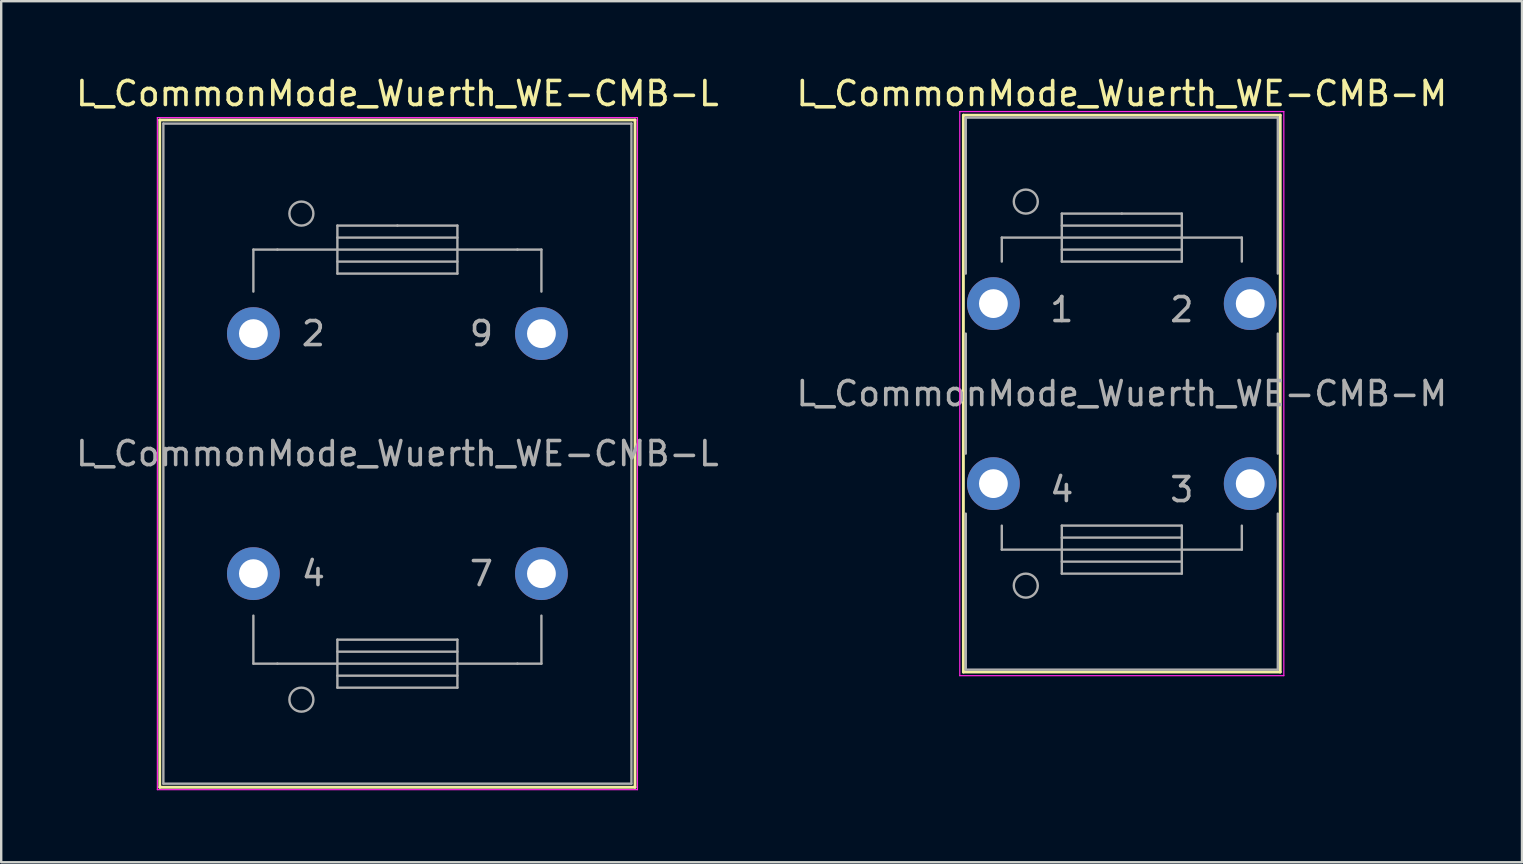
<source format=kicad_pcb>
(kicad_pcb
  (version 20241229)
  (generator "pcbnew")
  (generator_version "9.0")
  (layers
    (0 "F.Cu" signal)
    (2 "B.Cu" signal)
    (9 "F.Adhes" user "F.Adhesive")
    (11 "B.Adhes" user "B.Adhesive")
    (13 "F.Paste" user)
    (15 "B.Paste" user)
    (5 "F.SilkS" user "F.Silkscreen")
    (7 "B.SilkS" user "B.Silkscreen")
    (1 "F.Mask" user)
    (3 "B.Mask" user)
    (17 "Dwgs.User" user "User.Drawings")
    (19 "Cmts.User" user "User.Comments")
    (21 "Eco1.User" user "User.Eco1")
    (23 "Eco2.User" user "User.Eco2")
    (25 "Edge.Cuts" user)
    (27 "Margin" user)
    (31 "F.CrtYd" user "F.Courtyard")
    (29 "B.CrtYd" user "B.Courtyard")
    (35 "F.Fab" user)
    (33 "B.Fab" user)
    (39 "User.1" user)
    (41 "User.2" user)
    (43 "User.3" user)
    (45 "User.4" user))
  (footprint "L_CommonMode_Wuerth_WE-CMB-L"
    (layer "F.Cu")
    (at 7.506 10.848)
    (property "Reference" "L_CommonMode_Wuerth_WE-CMB-L" (at 6 -10 0) (layer "F.SilkS") (effects (font (size 1 1) (thickness 0.15))))
    (attr through_hole)
    (fp_line (start -3.9 18.9) (end -3.9 -8.9) (stroke (width 0.12) (type solid)) (layer "F.SilkS"))
    (fp_line (start -3.9 18.9) (end 15.9 18.9) (stroke (width 0.12) (type solid)) (layer "F.SilkS"))
    (fp_line (start 15.9 -8.9) (end -3.9 -8.9) (stroke (width 0.12) (type solid)) (layer "F.SilkS"))
    (fp_line (start 15.9 18.9) (end 15.9 -8.9) (stroke (width 0.12) (type solid)) (layer "F.SilkS"))
    (fp_line (start -4 -9) (end -4 19) (stroke (width 0.05) (type solid)) (layer "F.CrtYd"))
    (fp_line (start -4 19) (end 16 19) (stroke (width 0.05) (type solid)) (layer "F.CrtYd"))
    (fp_line (start 16 -9) (end -4 -9) (stroke (width 0.05) (type solid)) (layer "F.CrtYd"))
    (fp_line (start 16 19) (end 16 -9) (stroke (width 0.05) (type solid)) (layer "F.CrtYd"))
    (fp_line (start -3.75 -8.75) (end -3.75 18.75) (stroke (width 0.1) (type solid)) (layer "F.Fab"))
    (fp_line (start 0 -3.5) (end 0 -1.75) (stroke (width 0.1) (type solid)) (layer "F.Fab"))
    (fp_line (start 0 13.75) (end 0 11.75) (stroke (width 0.1) (type solid)) (layer "F.Fab"))
    (fp_line (start 1 -3.5) (end 0 -3.5) (stroke (width 0.1) (type solid)) (layer "F.Fab"))
    (fp_line (start 1 13.75) (end 0 13.75) (stroke (width 0.1) (type solid)) (layer "F.Fab"))
    (fp_line (start 1 13.75) (end 3.5 13.75) (stroke (width 0.1) (type solid)) (layer "F.Fab"))
    (fp_line (start 3.5 -4.5) (end 6 -4.5) (stroke (width 0.1) (type solid)) (layer "F.Fab"))
    (fp_line (start 3.5 -3.5) (end 1 -3.5) (stroke (width 0.1) (type solid)) (layer "F.Fab"))
    (fp_line (start 3.5 -3.5) (end 8.5 -3.5) (stroke (width 0.1) (type solid)) (layer "F.Fab"))
    (fp_line (start 3.5 -3) (end 8.5 -3) (stroke (width 0.1) (type solid)) (layer "F.Fab"))
    (fp_line (start 3.5 -2.5) (end 3.5 -4.5) (stroke (width 0.1) (type solid)) (layer "F.Fab"))
    (fp_line (start 3.5 12.75) (end 8.5 12.75) (stroke (width 0.1) (type solid)) (layer "F.Fab"))
    (fp_line (start 3.5 14.25) (end 8.5 14.25) (stroke (width 0.1) (type solid)) (layer "F.Fab"))
    (fp_line (start 3.5 14.75) (end 3.5 12.75) (stroke (width 0.1) (type solid)) (layer "F.Fab"))
    (fp_line (start 6 -4.5) (end 8.5 -4.5) (stroke (width 0.1) (type solid)) (layer "F.Fab"))
    (fp_line (start 8.5 -4.5) (end 8.5 -2.5) (stroke (width 0.1) (type solid)) (layer "F.Fab"))
    (fp_line (start 8.5 -4) (end 3.5 -4) (stroke (width 0.1) (type solid)) (layer "F.Fab"))
    (fp_line (start 8.5 -3.5) (end 11 -3.5) (stroke (width 0.1) (type solid)) (layer "F.Fab"))
    (fp_line (start 8.5 -2.5) (end 3.5 -2.5) (stroke (width 0.1) (type solid)) (layer "F.Fab"))
    (fp_line (start 8.5 12.75) (end 8.5 14.75) (stroke (width 0.1) (type solid)) (layer "F.Fab"))
    (fp_line (start 8.5 13.25) (end 3.5 13.25) (stroke (width 0.1) (type solid)) (layer "F.Fab"))
    (fp_line (start 8.5 13.75) (end 3.5 13.75) (stroke (width 0.1) (type solid)) (layer "F.Fab"))
    (fp_line (start 8.5 14.75) (end 3.5 14.75) (stroke (width 0.1) (type solid)) (layer "F.Fab"))
    (fp_line (start 11 -3.5) (end 12 -3.5) (stroke (width 0.1) (type solid)) (layer "F.Fab"))
    (fp_line (start 11 13.75) (end 8.5 13.75) (stroke (width 0.1) (type solid)) (layer "F.Fab"))
    (fp_line (start 11 13.75) (end 12 13.75) (stroke (width 0.1) (type solid)) (layer "F.Fab"))
    (fp_line (start 12 -3.5) (end 12 -1.75) (stroke (width 0.1) (type solid)) (layer "F.Fab"))
    (fp_line (start 12 13.75) (end 12 11.75) (stroke (width 0.1) (type solid)) (layer "F.Fab"))
    (fp_line (start 15.75 -8.75) (end -3.75 -8.75) (stroke (width 0.1) (type solid)) (layer "F.Fab"))
    (fp_line (start 15.75 -8.75) (end 15.75 18.75) (stroke (width 0.1) (type solid)) (layer "F.Fab"))
    (fp_line (start 15.75 18.75) (end -3.75 18.75) (stroke (width 0.1) (type solid)) (layer "F.Fab"))
    (fp_circle (center 2 -5) (end 2.5 -5) (stroke (width 0.1) (type solid)) (fill no) (layer "F.Fab"))
    (fp_circle (center 2 15.25) (end 2.5 15.25) (stroke (width 0.1) (type solid)) (fill no) (layer "F.Fab"))
    (fp_text user "4" (at 2.5 10 0) (layer "F.Fab") (effects (font (size 1 1) (thickness 0.15))))
    (fp_text user "${REFERENCE}" (at 6 5 0) (layer "F.Fab") (effects (font (size 1 1) (thickness 0.15))))
    (fp_text user "7" (at 9.5 10 0) (layer "F.Fab") (effects (font (size 1 1) (thickness 0.15))))
    (fp_text user "9" (at 9.5 0 0) (layer "F.Fab") (effects (font (size 1 1) (thickness 0.15))))
    (fp_text user "2" (at 2.5 0 0) (layer "F.Fab") (effects (font (size 1 1) (thickness 0.15))))
    (pad "2" thru_hole circle (at 0 0) (size 2.2 2.2) (drill 1.2) (layers "*.Cu" "*.Mask"))
    (pad "4" thru_hole circle (at 0 10) (size 2.2 2.2) (drill 1.2) (layers "*.Cu" "*.Mask"))
    (pad "7" thru_hole circle (at 12 10) (size 2.2 2.2) (drill 1.2) (layers "*.Cu" "*.Mask"))
    (pad "9" thru_hole circle (at 12 0) (size 2.2 2.2) (drill 1.2) (layers "*.Cu" "*.Mask")))
  (footprint "L_CommonMode_Wuerth_WE-CMB-M"
    (layer "F.Cu")
    (at 38.335 9.598)
    (property "Reference" "L_CommonMode_Wuerth_WE-CMB-M" (at 5.35 -8.75 0) (layer "F.SilkS") (effects (font (size 1 1) (thickness 0.15))))
    (attr through_hole)
    (fp_line (start -1.25 -7.85) (end 11.95 -7.85) (stroke (width 0.12) (type solid)) (layer "F.SilkS"))
    (fp_line (start -1.25 15.35) (end -1.25 -7.85) (stroke (width 0.12) (type solid)) (layer "F.SilkS"))
    (fp_line (start 11.95 -7.85) (end 11.95 15.35) (stroke (width 0.12) (type solid)) (layer "F.SilkS"))
    (fp_line (start 11.95 15.35) (end -1.25 15.35) (stroke (width 0.12) (type solid)) (layer "F.SilkS"))
    (fp_line (start -1.4 -8) (end 12.1 -8) (stroke (width 0.05) (type solid)) (layer "F.CrtYd"))
    (fp_line (start -1.4 15.5) (end -1.4 -8) (stroke (width 0.05) (type solid)) (layer "F.CrtYd"))
    (fp_line (start 12.1 -8) (end 12.1 15.5) (stroke (width 0.05) (type solid)) (layer "F.CrtYd"))
    (fp_line (start 12.1 15.5) (end -1.4 15.5) (stroke (width 0.05) (type solid)) (layer "F.CrtYd"))
    (fp_line (start -1.15 -7.75) (end 11.85 -7.75) (stroke (width 0.1) (type solid)) (layer "F.Fab"))
    (fp_line (start -1.15 -1.25) (end -1.15 -7.75) (stroke (width 0.1) (type solid)) (layer "F.Fab"))
    (fp_line (start -1.15 6.25) (end -1.15 1.25) (stroke (width 0.1) (type solid)) (layer "F.Fab"))
    (fp_line (start -1.15 15.25) (end -1.15 8.75) (stroke (width 0.1) (type solid)) (layer "F.Fab"))
    (fp_line (start 0.35 -2.75) (end 0.35 -1.75) (stroke (width 0.1) (type solid)) (layer "F.Fab"))
    (fp_line (start 0.35 9.25) (end 0.35 10.25) (stroke (width 0.1) (type solid)) (layer "F.Fab"))
    (fp_line (start 0.35 10.25) (end 2.85 10.25) (stroke (width 0.1) (type solid)) (layer "F.Fab"))
    (fp_line (start 2.85 -3.75) (end 5.35 -3.75) (stroke (width 0.1) (type solid)) (layer "F.Fab"))
    (fp_line (start 2.85 -2.75) (end 0.35 -2.75) (stroke (width 0.1) (type solid)) (layer "F.Fab"))
    (fp_line (start 2.85 -2.75) (end 7.85 -2.75) (stroke (width 0.1) (type solid)) (layer "F.Fab"))
    (fp_line (start 2.85 -2.25) (end 7.85 -2.25) (stroke (width 0.1) (type solid)) (layer "F.Fab"))
    (fp_line (start 2.85 -1.75) (end 2.85 -3.75) (stroke (width 0.1) (type solid)) (layer "F.Fab"))
    (fp_line (start 2.85 9.25) (end 7.85 9.25) (stroke (width 0.1) (type solid)) (layer "F.Fab"))
    (fp_line (start 2.85 10.75) (end 7.85 10.75) (stroke (width 0.1) (type solid)) (layer "F.Fab"))
    (fp_line (start 2.85 11.25) (end 2.85 9.25) (stroke (width 0.1) (type solid)) (layer "F.Fab"))
    (fp_line (start 5.35 -3.75) (end 7.85 -3.75) (stroke (width 0.1) (type solid)) (layer "F.Fab"))
    (fp_line (start 7.85 -3.75) (end 7.85 -1.75) (stroke (width 0.1) (type solid)) (layer "F.Fab"))
    (fp_line (start 7.85 -3.25) (end 2.85 -3.25) (stroke (width 0.1) (type solid)) (layer "F.Fab"))
    (fp_line (start 7.85 -2.75) (end 10.35 -2.75) (stroke (width 0.1) (type solid)) (layer "F.Fab"))
    (fp_line (start 7.85 -1.75) (end 2.85 -1.75) (stroke (width 0.1) (type solid)) (layer "F.Fab"))
    (fp_line (start 7.85 9.25) (end 7.85 11.25) (stroke (width 0.1) (type solid)) (layer "F.Fab"))
    (fp_line (start 7.85 9.75) (end 2.85 9.75) (stroke (width 0.1) (type solid)) (layer "F.Fab"))
    (fp_line (start 7.85 10.25) (end 2.85 10.25) (stroke (width 0.1) (type solid)) (layer "F.Fab"))
    (fp_line (start 7.85 11.25) (end 2.85 11.25) (stroke (width 0.1) (type solid)) (layer "F.Fab"))
    (fp_line (start 10.35 -2.75) (end 10.35 -1.75) (stroke (width 0.1) (type solid)) (layer "F.Fab"))
    (fp_line (start 10.35 9.25) (end 10.35 10.25) (stroke (width 0.1) (type solid)) (layer "F.Fab"))
    (fp_line (start 10.35 10.25) (end 7.85 10.25) (stroke (width 0.1) (type solid)) (layer "F.Fab"))
    (fp_line (start 11.85 -7.75) (end 11.85 -1.25) (stroke (width 0.1) (type solid)) (layer "F.Fab"))
    (fp_line (start 11.85 1.25) (end 11.85 6.25) (stroke (width 0.1) (type solid)) (layer "F.Fab"))
    (fp_line (start 11.85 8.75) (end 11.85 15.25) (stroke (width 0.1) (type solid)) (layer "F.Fab"))
    (fp_line (start 11.85 15.25) (end -1.15 15.25) (stroke (width 0.1) (type solid)) (layer "F.Fab"))
    (fp_circle (center 1.35 -4.25) (end 1.85 -4.25) (stroke (width 0.1) (type solid)) (fill no) (layer "F.Fab"))
    (fp_circle (center 1.35 11.75) (end 1.85 11.75) (stroke (width 0.1) (type solid)) (fill no) (layer "F.Fab"))
    (fp_text user "3" (at 7.85 7.75 0) (layer "F.Fab") (effects (font (size 1 1) (thickness 0.15))))
    (fp_text user "${REFERENCE}" (at 5.35 3.75 0) (layer "F.Fab") (effects (font (size 1 1) (thickness 0.15))))
    (fp_text user "4" (at 2.85 7.75 0) (layer "F.Fab") (effects (font (size 1 1) (thickness 0.15))))
    (fp_text user "2" (at 7.85 0.25 0) (layer "F.Fab") (effects (font (size 1 1) (thickness 0.15))))
    (fp_text user "1" (at 2.85 0.25 0) (layer "F.Fab") (effects (font (size 1 1) (thickness 0.15))))
    (pad "1" thru_hole circle (at 0 0) (size 2.2 2.2) (drill 1.2) (layers "*.Cu" "*.Mask"))
    (pad "2" thru_hole circle (at 10.7 0) (size 2.2 2.2) (drill 1.2) (layers "*.Cu" "*.Mask"))
    (pad "3" thru_hole circle (at 10.7 7.5) (size 2.2 2.2) (drill 1.2) (layers "*.Cu" "*.Mask"))
    (pad "4" thru_hole circle (at 0 7.5) (size 2.2 2.2) (drill 1.2) (layers "*.Cu" "*.Mask")))
  (gr_rect
    (start -3 -3)
    (end 60.357 32.873)
    (stroke (width 0.1) (type default))
    (fill no)
    (layer "Edge.Cuts")))
</source>
